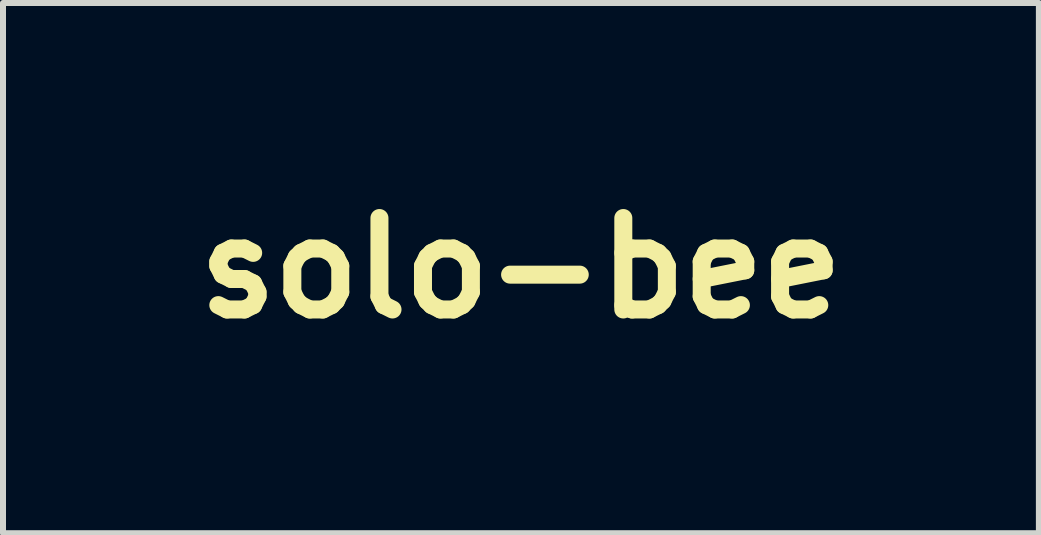
<source format=kicad_pcb>
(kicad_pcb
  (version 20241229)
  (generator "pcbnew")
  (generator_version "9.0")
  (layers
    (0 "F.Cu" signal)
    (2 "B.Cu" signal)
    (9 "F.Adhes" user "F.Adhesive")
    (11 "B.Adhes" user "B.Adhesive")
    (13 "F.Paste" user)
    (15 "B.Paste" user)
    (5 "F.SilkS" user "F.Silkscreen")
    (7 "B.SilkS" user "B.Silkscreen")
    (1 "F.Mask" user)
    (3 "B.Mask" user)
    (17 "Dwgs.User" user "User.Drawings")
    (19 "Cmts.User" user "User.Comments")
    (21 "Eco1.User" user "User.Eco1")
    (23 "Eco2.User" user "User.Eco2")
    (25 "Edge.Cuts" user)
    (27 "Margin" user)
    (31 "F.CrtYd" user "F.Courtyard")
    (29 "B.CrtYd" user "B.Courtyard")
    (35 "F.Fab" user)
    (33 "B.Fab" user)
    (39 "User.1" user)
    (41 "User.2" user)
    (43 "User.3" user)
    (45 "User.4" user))
  (footprint "solo-bee"
    (layer "F.Cu")
    (at 5.632 1.418)
    (property "Reference" "solo-bee" (at 0 0 0) (layer "F.SilkS") (effects (font (size 1.524 1.524) (thickness 0.3))))
    (attr through_hole)
    (fp_poly (pts (xy -0.953 -0.133) (xy -0.959 -0.127) (xy -0.965 -0.133) (xy -0.959 -0.14) (xy -0.953 -0.133)) (stroke (width 0.01) (type solid)) (fill no) (layer "Eco2.User"))
    (fp_poly (pts (xy -0.927 -0.222) (xy -0.933 -0.216) (xy -0.94 -0.222) (xy -0.933 -0.229) (xy -0.927 -0.222)) (stroke (width 0.01) (type solid)) (fill no) (layer "Eco2.User"))
    (fp_poly (pts (xy -0.914 -0.248) (xy -0.921 -0.241) (xy -0.927 -0.248) (xy -0.921 -0.254) (xy -0.914 -0.248)) (stroke (width 0.01) (type solid)) (fill no) (layer "Eco2.User"))
    (fp_poly (pts (xy -0.902 -0.857) (xy -0.908 -0.851) (xy -0.914 -0.857) (xy -0.908 -0.864) (xy -0.902 -0.857)) (stroke (width 0.01) (type solid)) (fill no) (layer "Eco2.User"))
    (fp_poly (pts (xy -0.902 -0.273) (xy -0.908 -0.267) (xy -0.914 -0.273) (xy -0.908 -0.279) (xy -0.902 -0.273)) (stroke (width 0.01) (type solid)) (fill no) (layer "Eco2.User"))
    (fp_poly (pts (xy -0.889 -0.298) (xy -0.895 -0.292) (xy -0.902 -0.298) (xy -0.895 -0.305) (xy -0.889 -0.298)) (stroke (width 0.01) (type solid)) (fill no) (layer "Eco2.User"))
    (fp_poly (pts (xy -0.876 -0.819) (xy -0.883 -0.813) (xy -0.889 -0.819) (xy -0.883 -0.826) (xy -0.876 -0.819)) (stroke (width 0.01) (type solid)) (fill no) (layer "Eco2.User"))
    (fp_poly (pts (xy -0.851 -0.349) (xy -0.857 -0.343) (xy -0.864 -0.349) (xy -0.857 -0.356) (xy -0.851 -0.349)) (stroke (width 0.01) (type solid)) (fill no) (layer "Eco2.User"))
    (fp_poly (pts (xy -0.826 -0.984) (xy -0.832 -0.978) (xy -0.838 -0.984) (xy -0.832 -0.991) (xy -0.826 -0.984)) (stroke (width 0.01) (type solid)) (fill no) (layer "Eco2.User"))
    (fp_poly (pts (xy -0.787 0.248) (xy -0.794 0.254) (xy -0.8 0.248) (xy -0.794 0.241) (xy -0.787 0.248)) (stroke (width 0.01) (type solid)) (fill no) (layer "Eco2.User"))
    (fp_poly (pts (xy -0.699 -0.972) (xy -0.705 -0.965) (xy -0.711 -0.972) (xy -0.705 -0.978) (xy -0.699 -0.972)) (stroke (width 0.01) (type solid)) (fill no) (layer "Eco2.User"))
    (fp_poly (pts (xy -0.699 -0.819) (xy -0.705 -0.813) (xy -0.711 -0.819) (xy -0.705 -0.826) (xy -0.699 -0.819)) (stroke (width 0.01) (type solid)) (fill no) (layer "Eco2.User"))
    (fp_poly (pts (xy -0.686 -0.933) (xy -0.692 -0.927) (xy -0.699 -0.933) (xy -0.692 -0.94) (xy -0.686 -0.933)) (stroke (width 0.01) (type solid)) (fill no) (layer "Eco2.User"))
    (fp_poly (pts (xy -0.673 -0.502) (xy -0.679 -0.495) (xy -0.686 -0.502) (xy -0.679 -0.508) (xy -0.673 -0.502)) (stroke (width 0.01) (type solid)) (fill no) (layer "Eco2.User"))
    (fp_poly (pts (xy -0.66 -0.921) (xy -0.667 -0.914) (xy -0.673 -0.921) (xy -0.667 -0.927) (xy -0.66 -0.921)) (stroke (width 0.01) (type solid)) (fill no) (layer "Eco2.User"))
    (fp_poly (pts (xy -0.66 -0.54) (xy -0.667 -0.533) (xy -0.673 -0.54) (xy -0.667 -0.546) (xy -0.66 -0.54)) (stroke (width 0.01) (type solid)) (fill no) (layer "Eco2.User"))
    (fp_poly (pts (xy -0.648 -0.832) (xy -0.654 -0.826) (xy -0.66 -0.832) (xy -0.654 -0.838) (xy -0.648 -0.832)) (stroke (width 0.01) (type solid)) (fill no) (layer "Eco2.User"))
    (fp_poly (pts (xy -0.648 -0.578) (xy -0.654 -0.572) (xy -0.66 -0.578) (xy -0.654 -0.584) (xy -0.648 -0.578)) (stroke (width 0.01) (type solid)) (fill no) (layer "Eco2.User"))
    (fp_poly (pts (xy -0.635 -0.908) (xy -0.641 -0.902) (xy -0.648 -0.908) (xy -0.641 -0.914) (xy -0.635 -0.908)) (stroke (width 0.01) (type solid)) (fill no) (layer "Eco2.User"))
    (fp_poly (pts (xy -0.635 -0.794) (xy -0.641 -0.787) (xy -0.648 -0.794) (xy -0.641 -0.8) (xy -0.635 -0.794)) (stroke (width 0.01) (type solid)) (fill no) (layer "Eco2.User"))
    (fp_poly (pts (xy -0.61 -0.933) (xy -0.616 -0.927) (xy -0.622 -0.933) (xy -0.616 -0.94) (xy -0.61 -0.933)) (stroke (width 0.01) (type solid)) (fill no) (layer "Eco2.User"))
    (fp_poly (pts (xy -0.61 -0.895) (xy -0.616 -0.889) (xy -0.622 -0.895) (xy -0.616 -0.902) (xy -0.61 -0.895)) (stroke (width 0.01) (type solid)) (fill no) (layer "Eco2.User"))
    (fp_poly (pts (xy -0.61 -0.794) (xy -0.616 -0.787) (xy -0.622 -0.794) (xy -0.616 -0.8) (xy -0.61 -0.794)) (stroke (width 0.01) (type solid)) (fill no) (layer "Eco2.User"))
    (fp_poly (pts (xy -0.584 -0.921) (xy -0.591 -0.914) (xy -0.597 -0.921) (xy -0.591 -0.927) (xy -0.584 -0.921)) (stroke (width 0.01) (type solid)) (fill no) (layer "Eco2.User"))
    (fp_poly (pts (xy -0.533 -0.489) (xy -0.54 -0.483) (xy -0.546 -0.489) (xy -0.54 -0.495) (xy -0.533 -0.489)) (stroke (width 0.01) (type solid)) (fill no) (layer "Eco2.User"))
    (fp_poly (pts (xy -0.495 0.743) (xy -0.502 0.749) (xy -0.508 0.743) (xy -0.502 0.737) (xy -0.495 0.743)) (stroke (width 0.01) (type solid)) (fill no) (layer "Eco2.User"))
    (fp_poly (pts (xy -0.47 0.591) (xy -0.476 0.597) (xy -0.483 0.591) (xy -0.476 0.584) (xy -0.47 0.591)) (stroke (width 0.01) (type solid)) (fill no) (layer "Eco2.User"))
    (fp_poly (pts (xy 0.94 0.972) (xy 0.933 0.978) (xy 0.927 0.972) (xy 0.933 0.965) (xy 0.94 0.972)) (stroke (width 0.01) (type solid)) (fill no) (layer "Eco2.User"))
    (fp_poly (pts (xy -0.944 -0.186) (xy -0.943 -0.171) (xy -0.944 -0.169) (xy -0.952 -0.171) (xy -0.953 -0.178) (xy -0.948 -0.188) (xy -0.944 -0.186)) (stroke (width 0.01) (type solid)) (fill no) (layer "Eco2.User"))
    (fp_poly (pts (xy -0.817 -0.961) (xy -0.819 -0.953) (xy -0.826 -0.953) (xy -0.836 -0.957) (xy -0.834 -0.961) (xy -0.819 -0.962) (xy -0.817 -0.961)) (stroke (width 0.01) (type solid)) (fill no) (layer "Eco2.User"))
    (fp_poly (pts (xy -0.754 -0.948) (xy -0.755 -0.941) (xy -0.762 -0.94) (xy -0.772 -0.944) (xy -0.77 -0.948) (xy -0.755 -0.95) (xy -0.754 -0.948)) (stroke (width 0.01) (type solid)) (fill no) (layer "Eco2.User"))
    (fp_poly (pts (xy -0.741 -0.834) (xy -0.743 -0.826) (xy -0.749 -0.826) (xy -0.76 -0.83) (xy -0.758 -0.834) (xy -0.743 -0.835) (xy -0.741 -0.834)) (stroke (width 0.01) (type solid)) (fill no) (layer "Eco2.User"))
    (fp_poly (pts (xy -0.639 -0.631) (xy -0.638 -0.616) (xy -0.639 -0.614) (xy -0.647 -0.616) (xy -0.648 -0.622) (xy -0.643 -0.633) (xy -0.639 -0.631)) (stroke (width 0.01) (type solid)) (fill no) (layer "Eco2.User"))
    (fp_poly (pts (xy -0.588 -0.643) (xy -0.587 -0.628) (xy -0.588 -0.627) (xy -0.596 -0.628) (xy -0.597 -0.635) (xy -0.592 -0.645) (xy -0.588 -0.643)) (stroke (width 0.01) (type solid)) (fill no) (layer "Eco2.User"))
    (fp_poly (pts (xy -0.576 -0.694) (xy -0.574 -0.679) (xy -0.576 -0.677) (xy -0.583 -0.679) (xy -0.584 -0.686) (xy -0.58 -0.696) (xy -0.576 -0.694)) (stroke (width 0.01) (type solid)) (fill no) (layer "Eco2.User"))
    (fp_poly (pts (xy -0.576 -0.555) (xy -0.574 -0.539) (xy -0.576 -0.538) (xy -0.583 -0.539) (xy -0.584 -0.546) (xy -0.58 -0.557) (xy -0.576 -0.555)) (stroke (width 0.01) (type solid)) (fill no) (layer "Eco2.User"))
    (fp_poly (pts (xy -0.563 -0.605) (xy -0.562 -0.59) (xy -0.563 -0.588) (xy -0.571 -0.59) (xy -0.572 -0.597) (xy -0.567 -0.607) (xy -0.563 -0.605)) (stroke (width 0.01) (type solid)) (fill no) (layer "Eco2.User"))
    (fp_poly (pts (xy -0.55 -0.656) (xy -0.549 -0.641) (xy -0.55 -0.639) (xy -0.558 -0.641) (xy -0.559 -0.648) (xy -0.554 -0.658) (xy -0.55 -0.656)) (stroke (width 0.01) (type solid)) (fill no) (layer "Eco2.User"))
    (fp_poly (pts (xy -0.538 -0.854) (xy -0.536 -0.828) (xy -0.538 -0.822) (xy -0.542 -0.821) (xy -0.544 -0.838) (xy -0.542 -0.856) (xy -0.538 -0.854)) (stroke (width 0.01) (type solid)) (fill no) (layer "Eco2.User"))
    (fp_poly (pts (xy -0.538 -0.727) (xy -0.536 -0.701) (xy -0.538 -0.695) (xy -0.542 -0.694) (xy -0.544 -0.711) (xy -0.542 -0.729) (xy -0.538 -0.727)) (stroke (width 0.01) (type solid)) (fill no) (layer "Eco2.User"))
    (fp_poly (pts (xy -0.927 -0.842) (xy -0.923 -0.832) (xy -0.919 -0.815) (xy -0.928 -0.818) (xy -0.934 -0.826) (xy -0.938 -0.843) (xy -0.936 -0.846) (xy -0.927 -0.842)) (stroke (width 0.01) (type solid)) (fill no) (layer "Eco2.User"))
    (fp_poly (pts (xy -0.904 0.132) (xy -0.89 0.145) (xy -0.893 0.152) (xy -0.895 0.152) (xy -0.905 0.143) (xy -0.909 0.138) (xy -0.911 0.129) (xy -0.904 0.132)) (stroke (width 0.01) (type solid)) (fill no) (layer "Eco2.User"))
    (fp_poly (pts (xy -0.867 0.183) (xy -0.846 0.201) (xy -0.838 0.212) (xy -0.844 0.215) (xy -0.862 0.198) (xy -0.871 0.187) (xy -0.895 0.159) (xy -0.867 0.183)) (stroke (width 0.01) (type solid)) (fill no) (layer "Eco2.User"))
    (fp_poly (pts (xy -0.864 -0.956) (xy -0.859 -0.947) (xy -0.856 -0.929) (xy -0.865 -0.932) (xy -0.87 -0.941) (xy -0.874 -0.957) (xy -0.873 -0.96) (xy -0.864 -0.956)) (stroke (width 0.01) (type solid)) (fill no) (layer "Eco2.User"))
    (fp_poly (pts (xy -0.627 -0.735) (xy -0.626 -0.733) (xy -0.624 -0.706) (xy -0.627 -0.695) (xy -0.631 -0.695) (xy -0.633 -0.715) (xy -0.633 -0.718) (xy -0.631 -0.737) (xy -0.627 -0.735)) (stroke (width 0.01) (type solid)) (fill no) (layer "Eco2.User"))
    (fp_poly (pts (xy -0.6 -0.746) (xy -0.598 -0.708) (xy -0.601 -0.682) (xy -0.604 -0.677) (xy -0.606 -0.694) (xy -0.606 -0.718) (xy -0.605 -0.746) (xy -0.603 -0.755) (xy -0.6 -0.746)) (stroke (width 0.01) (type solid)) (fill no) (layer "Eco2.User"))
    (fp_poly (pts (xy -0.558 -0.873) (xy -0.556 -0.844) (xy -0.556 -0.827) (xy -0.56 -0.777) (xy -0.564 -0.753) (xy -0.567 -0.753) (xy -0.57 -0.778) (xy -0.573 -0.803) (xy -0.573 -0.845) (xy -0.57 -0.873) (xy -0.565 -0.881) (xy -0.558 -0.873)) (stroke (width 0.01) (type solid)) (fill no) (layer "Eco2.User"))
    (fp_poly (pts (xy -0.96 -0.027) (xy -0.951 -0.004) (xy -0.939 0.031) (xy -0.928 0.071) (xy -0.921 0.101) (xy -0.92 0.112) (xy -0.926 0.104) (xy -0.937 0.077) (xy -0.945 0.05) (xy -0.956 0.01) (xy -0.963 -0.02) (xy -0.964 -0.031) (xy -0.96 -0.027)) (stroke (width 0.01) (type solid)) (fill no) (layer "Eco2.User"))
    (fp_poly (pts (xy -0.611 -0.615) (xy -0.602 -0.594) (xy -0.608 -0.568) (xy -0.622 -0.542) (xy -0.635 -0.527) (xy -0.643 -0.526) (xy -0.642 -0.543) (xy -0.641 -0.548) (xy -0.63 -0.572) (xy -0.621 -0.582) (xy -0.616 -0.595) (xy -0.619 -0.607) (xy -0.621 -0.621) (xy -0.611 -0.615)) (stroke (width 0.01) (type solid)) (fill no) (layer "Eco2.User"))
    (fp_poly (pts (xy -0.584 0.34) (xy -0.571 0.357) (xy -0.562 0.381) (xy -0.57 0.391) (xy -0.58 0.406) (xy -0.584 0.434) (xy -0.589 0.471) (xy -0.6 0.5) (xy -0.616 0.514) (xy -0.625 0.513) (xy -0.634 0.513) (xy -0.631 0.525) (xy -0.63 0.549) (xy -0.636 0.58) (xy -0.647 0.608) (xy -0.66 0.622) (xy -0.662 0.622) (xy -0.67 0.633) (xy -0.673 0.66) (xy -0.673 0.66) (xy -0.678 0.688) (xy -0.69 0.699) (xy -0.703 0.688) (xy -0.706 0.681) (xy -0.711 0.653) (xy -0.71 0.646) (xy -0.711 0.622) (xy -0.717 0.593) (xy -0.718 0.544) (xy -0.71 0.523) (xy -0.697 0.49) (xy -0.691 0.466) (xy -0.682 0.443) (xy -0.66 0.412) (xy -0.646 0.396) (xy -0.62 0.367) (xy -0.6 0.345) (xy -0.595 0.338) (xy -0.584 0.34)) (stroke (width 0.01) (type solid)) (fill no) (layer "Eco2.User"))
    (fp_poly (pts (xy 0.878 0.601) (xy 0.89 0.641) (xy 0.903 0.693) (xy 0.918 0.75) (xy 0.933 0.807) (xy 0.946 0.856) (xy 0.954 0.892) (xy 0.958 0.908) (xy 0.966 0.941) (xy 0.971 0.956) (xy 0.977 0.975) (xy 0.97 0.974) (xy 0.95 0.954) (xy 0.919 0.914) (xy 0.917 0.911) (xy 0.885 0.867) (xy 0.854 0.823) (xy 0.837 0.797) (xy 0.811 0.764) (xy 0.791 0.755) (xy 0.778 0.77) (xy 0.778 0.771) (xy 0.784 0.786) (xy 0.803 0.814) (xy 0.833 0.85) (xy 0.841 0.859) (xy 0.868 0.89) (xy 0.88 0.906) (xy 0.875 0.906) (xy 0.854 0.889) (xy 0.814 0.856) (xy 0.777 0.824) (xy 0.736 0.787) (xy 0.781 0.748) (xy 0.818 0.703) (xy 0.844 0.644) (xy 0.847 0.637) (xy 0.858 0.601) (xy 0.867 0.58) (xy 0.872 0.578) (xy 0.878 0.601)) (stroke (width 0.01) (type solid)) (fill no) (layer "Eco2.User"))
    (fp_poly (pts (xy -0.595 -0.331) (xy -0.557 -0.299) (xy -0.539 -0.27) (xy -0.527 -0.235) (xy -0.522 -0.189) (xy -0.523 -0.127) (xy -0.523 -0.124) (xy -0.526 -0.073) (xy -0.53 -0.04) (xy -0.54 -0.017) (xy -0.557 0.003) (xy -0.575 0.02) (xy -0.624 0.054) (xy -0.67 0.062) (xy -0.713 0.046) (xy -0.719 0.041) (xy -0.757 -0.005) (xy -0.774 -0.049) (xy -0.71 -0.049) (xy -0.702 -0.017) (xy -0.683 0.006) (xy -0.66 0.013) (xy -0.634 0.004) (xy -0.623 -0.006) (xy -0.61 -0.035) (xy -0.613 -0.067) (xy -0.628 -0.094) (xy -0.65 -0.111) (xy -0.677 -0.11) (xy -0.683 -0.107) (xy -0.704 -0.082) (xy -0.71 -0.049) (xy -0.774 -0.049) (xy -0.78 -0.065) (xy -0.787 -0.134) (xy -0.778 -0.204) (xy -0.761 -0.25) (xy -0.746 -0.272) (xy -0.695 -0.272) (xy -0.695 -0.252) (xy -0.673 -0.238) (xy -0.67 -0.237) (xy -0.628 -0.234) (xy -0.606 -0.243) (xy -0.599 -0.256) (xy -0.606 -0.28) (xy -0.628 -0.295) (xy -0.657 -0.297) (xy -0.673 -0.292) (xy -0.695 -0.272) (xy -0.746 -0.272) (xy -0.726 -0.3) (xy -0.684 -0.331) (xy -0.639 -0.341) (xy -0.595 -0.331)) (stroke (width 0.01) (type solid)) (fill no) (layer "Eco2.User"))
    (fp_poly (pts (xy -0.334 -0.32) (xy -0.332 -0.319) (xy -0.322 -0.3) (xy -0.317 -0.261) (xy -0.317 -0.21) (xy -0.32 -0.15) (xy -0.327 -0.089) (xy -0.338 -0.033) (xy -0.351 0.014) (xy -0.356 0.025) (xy -0.383 0.084) (xy -0.415 0.14) (xy -0.446 0.188) (xy -0.473 0.223) (xy -0.491 0.239) (xy -0.539 0.253) (xy -0.601 0.258) (xy -0.66 0.252) (xy -0.735 0.231) (xy -0.804 0.197) (xy -0.859 0.155) (xy -0.886 0.124) (xy -0.911 0.07) (xy -0.924 0.006) (xy -0.925 -0.061) (xy -0.916 -0.125) (xy -0.895 -0.18) (xy -0.865 -0.218) (xy -0.861 -0.221) (xy -0.833 -0.235) (xy -0.815 -0.23) (xy -0.804 -0.203) (xy -0.8 -0.153) (xy -0.8 -0.142) (xy -0.792 -0.061) (xy -0.771 0.004) (xy -0.738 0.051) (xy -0.713 0.069) (xy -0.681 0.083) (xy -0.656 0.089) (xy -0.656 0.089) (xy -0.636 0.095) (xy -0.602 0.111) (xy -0.562 0.134) (xy -0.52 0.156) (xy -0.485 0.169) (xy -0.467 0.171) (xy -0.443 0.15) (xy -0.421 0.107) (xy -0.401 0.048) (xy -0.385 -0.024) (xy -0.374 -0.104) (xy -0.369 -0.188) (xy -0.368 -0.21) (xy -0.368 -0.269) (xy -0.365 -0.305) (xy -0.359 -0.324) (xy -0.349 -0.327) (xy -0.334 -0.32)) (stroke (width 0.01) (type solid)) (fill no) (layer "Eco2.User"))
    (fp_poly (pts (xy -0.242 0.324) (xy -0.209 0.336) (xy -0.176 0.357) (xy -0.166 0.384) (xy -0.181 0.418) (xy -0.2 0.441) (xy -0.224 0.469) (xy -0.248 0.505) (xy -0.269 0.54) (xy -0.281 0.566) (xy -0.282 0.572) (xy -0.292 0.583) (xy -0.307 0.595) (xy -0.322 0.612) (xy -0.323 0.623) (xy -0.323 0.633) (xy -0.326 0.632) (xy -0.343 0.637) (xy -0.369 0.651) (xy -0.371 0.653) (xy -0.405 0.668) (xy -0.433 0.669) (xy -0.452 0.668) (xy -0.453 0.679) (xy -0.459 0.693) (xy -0.482 0.71) (xy -0.512 0.726) (xy -0.543 0.736) (xy -0.553 0.737) (xy -0.568 0.747) (xy -0.572 0.762) (xy -0.58 0.783) (xy -0.597 0.787) (xy -0.618 0.783) (xy -0.622 0.776) (xy -0.614 0.76) (xy -0.603 0.749) (xy -0.591 0.731) (xy -0.592 0.722) (xy -0.594 0.696) (xy -0.575 0.667) (xy -0.536 0.637) (xy -0.519 0.628) (xy -0.483 0.607) (xy -0.457 0.588) (xy -0.45 0.579) (xy -0.432 0.568) (xy -0.397 0.566) (xy -0.369 0.567) (xy -0.365 0.562) (xy -0.369 0.558) (xy -0.38 0.549) (xy -0.367 0.546) (xy -0.366 0.546) (xy -0.346 0.535) (xy -0.344 0.531) (xy -0.317 0.531) (xy -0.317 0.552) (xy -0.308 0.551) (xy -0.293 0.528) (xy -0.273 0.483) (xy -0.27 0.476) (xy -0.255 0.431) (xy -0.244 0.393) (xy -0.241 0.372) (xy -0.248 0.348) (xy -0.263 0.344) (xy -0.278 0.357) (xy -0.286 0.378) (xy -0.292 0.41) (xy -0.302 0.455) (xy -0.309 0.486) (xy -0.317 0.531) (xy -0.344 0.531) (xy -0.331 0.505) (xy -0.323 0.464) (xy -0.324 0.42) (xy -0.329 0.4) (xy -0.334 0.355) (xy -0.32 0.327) (xy -0.289 0.317) (xy -0.242 0.324)) (stroke (width 0.01) (type solid)) (fill no) (layer "Eco2.User"))
    (fp_poly (pts (xy 0.099 -0.315) (xy 0.136 -0.31) (xy 0.184 -0.302) (xy 0.203 -0.298) (xy 0.252 -0.29) (xy 0.291 -0.283) (xy 0.313 -0.28) (xy 0.316 -0.279) (xy 0.317 -0.268) (xy 0.318 -0.235) (xy 0.316 -0.188) (xy 0.314 -0.13) (xy 0.295 0.042) (xy 0.252 0.205) (xy 0.2 0.33) (xy 0.179 0.38) (xy 0.164 0.429) (xy 0.157 0.464) (xy 0.153 0.505) (xy 0.148 0.558) (xy 0.145 0.591) (xy 0.141 0.635) (xy 0.143 0.66) (xy 0.152 0.676) (xy 0.169 0.69) (xy 0.17 0.69) (xy 0.192 0.702) (xy 0.21 0.704) (xy 0.235 0.695) (xy 0.257 0.684) (xy 0.323 0.662) (xy 0.372 0.659) (xy 0.436 0.655) (xy 0.504 0.637) (xy 0.563 0.611) (xy 0.584 0.596) (xy 0.594 0.586) (xy 0.585 0.587) (xy 0.555 0.6) (xy 0.533 0.609) (xy 0.456 0.638) (xy 0.389 0.647) (xy 0.327 0.635) (xy 0.311 0.629) (xy 0.272 0.606) (xy 0.256 0.577) (xy 0.264 0.541) (xy 0.264 0.54) (xy 0.289 0.514) (xy 0.326 0.5) (xy 0.365 0.5) (xy 0.392 0.513) (xy 0.416 0.53) (xy 0.435 0.528) (xy 0.456 0.507) (xy 0.466 0.492) (xy 0.512 0.41) (xy 0.554 0.307) (xy 0.591 0.187) (xy 0.592 0.182) (xy 0.607 0.116) (xy 0.616 0.061) (xy 0.62 0.005) (xy 0.619 -0.062) (xy 0.618 -0.076) (xy 0.615 -0.134) (xy 0.612 -0.185) (xy 0.61 -0.222) (xy 0.608 -0.235) (xy 0.61 -0.255) (xy 0.632 -0.264) (xy 0.637 -0.264) (xy 0.672 -0.257) (xy 0.707 -0.225) (xy 0.74 -0.17) (xy 0.773 -0.09) (xy 0.788 -0.045) (xy 0.796 -0.00026) (xy 0.799 0.062) (xy 0.797 0.135) (xy 0.791 0.212) (xy 0.782 0.287) (xy 0.77 0.353) (xy 0.756 0.404) (xy 0.749 0.42) (xy 0.732 0.435) (xy 0.698 0.453) (xy 0.658 0.469) (xy 0.613 0.487) (xy 0.577 0.504) (xy 0.557 0.516) (xy 0.527 0.534) (xy 0.51 0.54) (xy 0.474 0.548) (xy 0.456 0.552) (xy 0.425 0.551) (xy 0.399 0.543) (xy 0.373 0.536) (xy 0.359 0.539) (xy 0.359 0.552) (xy 0.377 0.57) (xy 0.403 0.586) (xy 0.43 0.596) (xy 0.439 0.597) (xy 0.461 0.592) (xy 0.498 0.578) (xy 0.517 0.571) (xy 0.625 0.571) (xy 0.627 0.572) (xy 0.639 0.563) (xy 0.641 0.559) (xy 0.645 0.547) (xy 0.643 0.546) (xy 0.631 0.555) (xy 0.629 0.559) (xy 0.625 0.571) (xy 0.517 0.571) (xy 0.546 0.559) (xy 0.6 0.535) (xy 0.617 0.527) (xy 0.673 0.527) (xy 0.679 0.533) (xy 0.686 0.527) (xy 0.679 0.521) (xy 0.673 0.527) (xy 0.617 0.527) (xy 0.654 0.51) (xy 0.704 0.485) (xy 0.743 0.464) (xy 0.769 0.449) (xy 0.775 0.442) (xy 0.783 0.436) (xy 0.787 0.438) (xy 0.793 0.454) (xy 0.797 0.488) (xy 0.798 0.533) (xy 0.798 0.584) (xy 0.796 0.632) (xy 0.792 0.671) (xy 0.789 0.686) (xy 0.772 0.713) (xy 0.754 0.721) (xy 0.735 0.732) (xy 0.72 0.76) (xy 0.712 0.785) (xy 0.703 0.825) (xy 0.696 0.856) (xy 0.695 0.865) (xy 0.686 0.88) (xy 0.678 0.88) (xy 0.66 0.885) (xy 0.646 0.907) (xy 0.64 0.938) (xy 0.642 0.966) (xy 0.643 0.995) (xy 0.633 1.003) (xy 0.616 0.989) (xy 0.611 0.98) (xy 0.604 0.953) (xy 0.602 0.914) (xy 0.602 0.894) (xy 0.605 0.853) (xy 0.608 0.828) (xy 0.614 0.813) (xy 0.626 0.798) (xy 0.635 0.787) (xy 0.657 0.754) (xy 0.668 0.725) (xy 0.676 0.698) (xy 0.691 0.656) (xy 0.702 0.629) (xy 0.737 0.629) (xy 0.743 0.635) (xy 0.749 0.629) (xy 0.743 0.622) (xy 0.737 0.629) (xy 0.702 0.629) (xy 0.711 0.606) (xy 0.719 0.586) (xy 0.739 0.535) (xy 0.752 0.497) (xy 0.756 0.475) (xy 0.752 0.471) (xy 0.739 0.488) (xy 0.727 0.508) (xy 0.68 0.587) (xy 0.637 0.645) (xy 0.594 0.684) (xy 0.575 0.696) (xy 0.507 0.723) (xy 0.426 0.74) (xy 0.342 0.744) (xy 0.29 0.739) (xy 0.218 0.728) (xy 0.232 0.758) (xy 0.238 0.785) (xy 0.225 0.809) (xy 0.222 0.813) (xy 0.21 0.832) (xy 0.214 0.838) (xy 0.231 0.828) (xy 0.237 0.819) (xy 0.245 0.807) (xy 0.259 0.81) (xy 0.278 0.821) (xy 0.322 0.858) (xy 0.342 0.896) (xy 0.342 0.905) (xy 0.354 0.926) (xy 0.377 0.941) (xy 0.4 0.951) (xy 0.401 0.962) (xy 0.39 0.974) (xy 0.372 0.988) (xy 0.357 0.984) (xy 0.345 0.974) (xy 0.316 0.957) (xy 0.293 0.953) (xy 0.267 0.944) (xy 0.252 0.933) (xy 0.318 0.933) (xy 0.324 0.94) (xy 0.33 0.933) (xy 0.324 0.927) (xy 0.318 0.933) (xy 0.252 0.933) (xy 0.236 0.922) (xy 0.208 0.894) (xy 0.192 0.868) (xy 0.191 0.861) (xy 0.18 0.843) (xy 0.156 0.823) (xy 0.153 0.821) (xy 0.122 0.793) (xy 0.107 0.752) (xy 0.092 0.697) (xy 0.065 0.626) (xy 0.034 0.56) (xy 0.016 0.534) (xy 0 0.523) (xy -0.009 0.524) (xy -0.000022 0.538) (xy 0.006 0.545) (xy 0.022 0.566) (xy 0.02 0.58) (xy 0.009 0.593) (xy -0.017 0.607) (xy -0.06 0.617) (xy -0.082 0.62) (xy -0.127 0.621) (xy -0.157 0.616) (xy -0.185 0.6) (xy -0.194 0.594) (xy -0.224 0.573) (xy -0.248 0.559) (xy -0.252 0.557) (xy -0.252 0.546) (xy -0.234 0.52) (xy -0.2 0.482) (xy -0.199 0.481) (xy 0.066 0.481) (xy 0.067 0.516) (xy 0.069 0.536) (xy 0.077 0.578) (xy 0.088 0.622) (xy 0.101 0.658) (xy 0.113 0.681) (xy 0.119 0.686) (xy 0.12 0.674) (xy 0.12 0.644) (xy 0.118 0.601) (xy 0.118 0.6) (xy 0.11 0.534) (xy 0.098 0.492) (xy 0.083 0.472) (xy 0.074 0.47) (xy 0.066 0.481) (xy -0.199 0.481) (xy -0.188 0.47) (xy -0.142 0.417) (xy -0.101 0.361) (xy -0.071 0.312) (xy -0.017 0.182) (xy 0.025 0.048) (xy 0.052 -0.085) (xy 0.063 -0.208) (xy 0.064 -0.222) (xy 0.065 -0.275) (xy 0.07 -0.306) (xy 0.078 -0.317) (xy 0.079 -0.317) (xy 0.099 -0.315)) (stroke (width 0.01) (type solid)) (fill no) (layer "Eco2.User")))
  (gr_rect
    (start -3 -3)
    (end 14.263 5.836)
    (stroke (width 0.1) (type default))
    (fill no)
    (layer "Edge.Cuts")))
</source>
